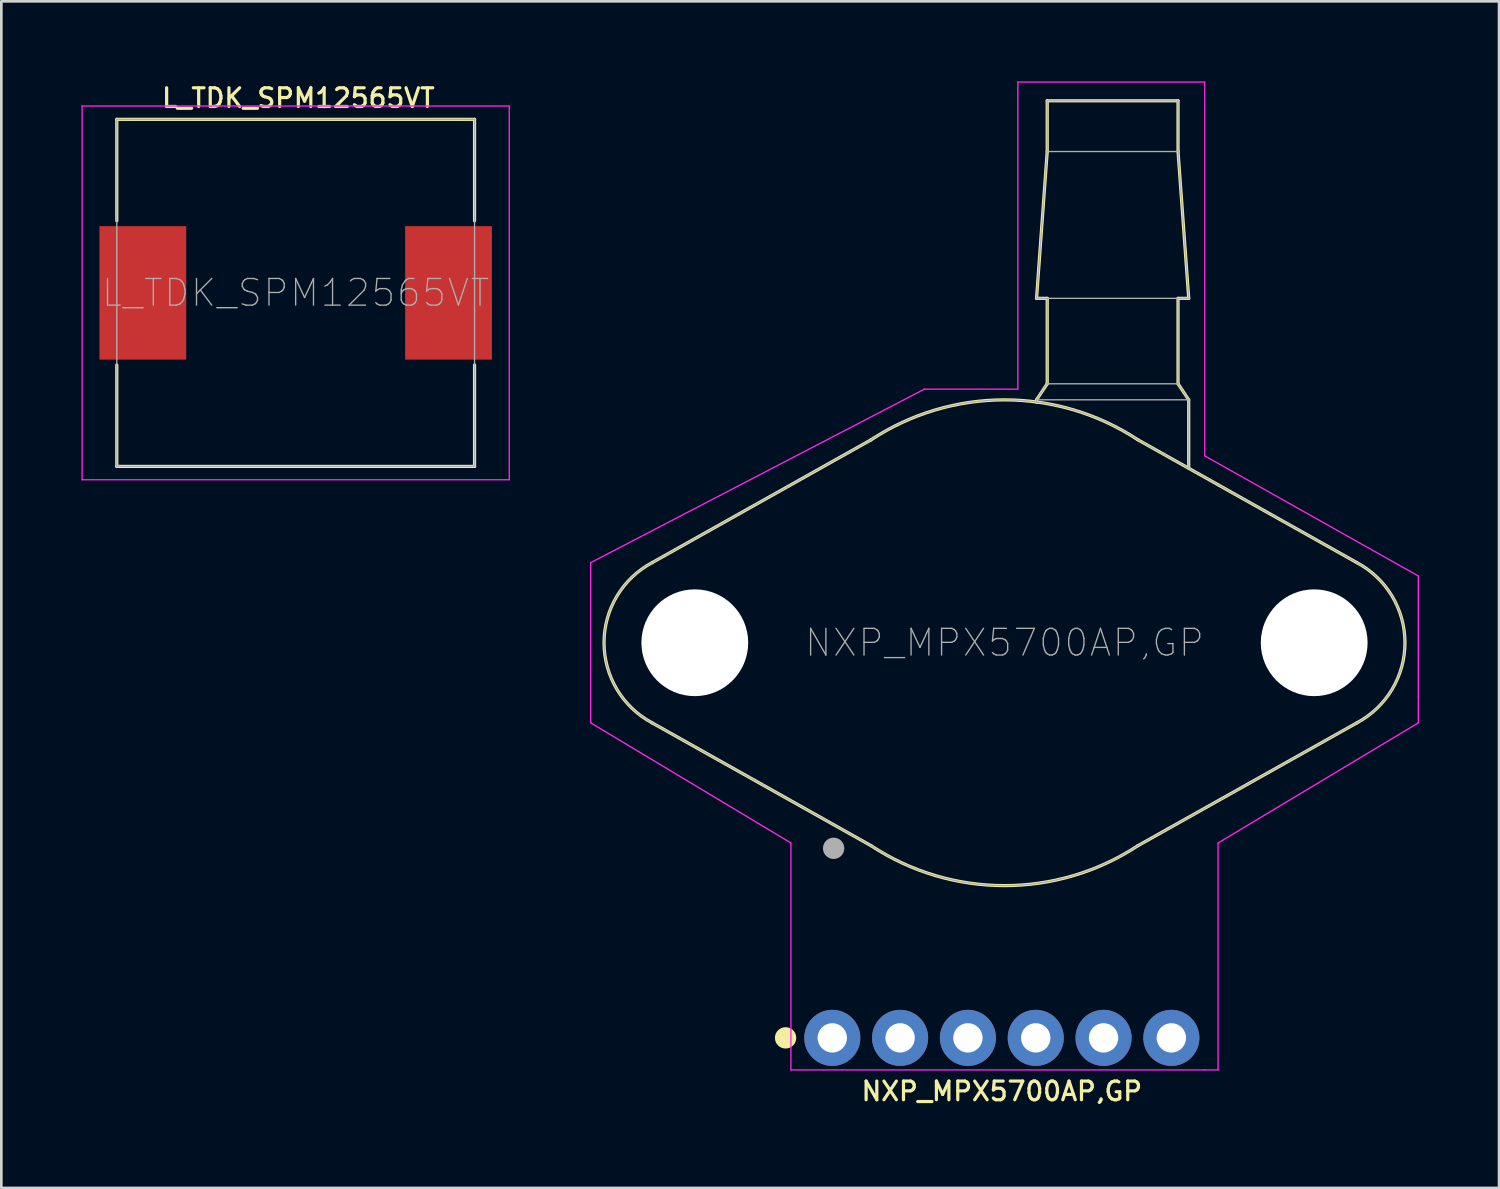
<source format=kicad_pcb>
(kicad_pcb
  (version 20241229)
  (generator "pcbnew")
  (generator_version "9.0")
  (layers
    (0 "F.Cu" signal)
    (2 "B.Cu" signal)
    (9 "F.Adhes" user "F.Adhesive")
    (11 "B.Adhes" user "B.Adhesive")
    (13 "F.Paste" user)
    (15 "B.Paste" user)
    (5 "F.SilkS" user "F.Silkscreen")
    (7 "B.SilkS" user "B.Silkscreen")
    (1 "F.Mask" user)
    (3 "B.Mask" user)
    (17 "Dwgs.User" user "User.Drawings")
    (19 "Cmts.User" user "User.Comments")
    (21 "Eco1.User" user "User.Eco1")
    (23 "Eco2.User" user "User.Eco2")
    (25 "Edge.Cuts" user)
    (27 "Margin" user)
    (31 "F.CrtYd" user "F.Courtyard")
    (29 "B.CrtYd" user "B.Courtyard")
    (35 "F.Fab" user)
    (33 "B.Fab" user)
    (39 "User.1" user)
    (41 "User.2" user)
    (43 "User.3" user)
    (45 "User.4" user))
  (footprint "NXP_MPX5700AP,GP"
    (layer "F.Cu")
    (at 34.575 21.025)
    (property "Reference" "NXP_MPX5700AP,GP" (at -0.1 16.8 0) (layer "F.SilkS") (effects (font (size 0.7 0.7) (thickness 0.12))))
    (attr through_hole)
    (fp_line (start -13.2 -3) (end -5 -7.6) (stroke (width 0.12) (type solid)) (layer "F.SilkS"))
    (fp_line (start -13.2 3) (end -5 7.6) (stroke (width 0.12) (type solid)) (layer "F.SilkS"))
    (fp_line (start 1.2 -12.9) (end 1.6 -18.4) (stroke (width 0.12) (type solid)) (layer "F.SilkS"))
    (fp_line (start 1.2 -9.1) (end 1.2 -9.01) (stroke (width 0.12) (type solid)) (layer "F.SilkS"))
    (fp_line (start 1.2 -9.1) (end 1.6 -9.7) (stroke (width 0.12) (type solid)) (layer "F.SilkS"))
    (fp_line (start 1.6 -20.3) (end 6.5 -20.3) (stroke (width 0.12) (type solid)) (layer "F.SilkS"))
    (fp_line (start 1.6 -18.4) (end 1.6 -20.3) (stroke (width 0.12) (type solid)) (layer "F.SilkS"))
    (fp_line (start 1.6 -12.9) (end 1.2 -12.9) (stroke (width 0.12) (type solid)) (layer "F.SilkS"))
    (fp_line (start 1.6 -9.7) (end 1.6 -12.9) (stroke (width 0.12) (type solid)) (layer "F.SilkS"))
    (fp_line (start 6.5 -20.3) (end 6.5 -18.4) (stroke (width 0.12) (type solid)) (layer "F.SilkS"))
    (fp_line (start 6.5 -18.4) (end 6.9 -12.9) (stroke (width 0.12) (type solid)) (layer "F.SilkS"))
    (fp_line (start 6.5 -12.9) (end 6.5 -9.7) (stroke (width 0.12) (type solid)) (layer "F.SilkS"))
    (fp_line (start 6.5 -9.7) (end 6.9 -9.1) (stroke (width 0.12) (type solid)) (layer "F.SilkS"))
    (fp_line (start 6.9 -12.9) (end 6.5 -12.9) (stroke (width 0.12) (type solid)) (layer "F.SilkS"))
    (fp_line (start 6.9 -9.1) (end 6.9 -6.54) (stroke (width 0.12) (type solid)) (layer "F.SilkS"))
    (fp_line (start 13.2 -3) (end 5 -7.6) (stroke (width 0.12) (type solid)) (layer "F.SilkS"))
    (fp_line (start 13.2 3) (end 5 7.6) (stroke (width 0.12) (type solid)) (layer "F.SilkS"))
    (fp_arc (start -13.197644 3.001254) (mid -14.999999 0.001335) (end -13.2 -2.999999) (stroke (width 0.12) (type solid)) (layer "F.SilkS"))
    (fp_arc (start -5.002464 -7.598376) (mid -0.001476 -9.09725) (end 4.999999 -7.599999) (stroke (width 0.12) (type solid)) (layer "F.SilkS"))
    (fp_arc (start 5.002464 7.598376) (mid 0.001476 9.09725) (end -4.999999 7.599999) (stroke (width 0.12) (type solid)) (layer "F.SilkS"))
    (fp_arc (start 13.197645 -3.001255) (mid 15 -0.001334) (end 13.2 3) (stroke (width 0.12) (type solid)) (layer "F.SilkS"))
    (fp_circle (center -8.2 14.8) (end -8 14.8) (stroke (width 0.4) (type solid)) (fill no) (layer "F.SilkS"))
    (fp_line (start -15.5 -3) (end -3 -9.5) (stroke (width 0.05) (type solid)) (layer "F.CrtYd"))
    (fp_line (start -15.5 3) (end -15.5 -3) (stroke (width 0.05) (type solid)) (layer "F.CrtYd"))
    (fp_line (start -8 7.5) (end -15.5 3) (stroke (width 0.05) (type solid)) (layer "F.CrtYd"))
    (fp_line (start -8 16) (end -8 7.5) (stroke (width 0.05) (type solid)) (layer "F.CrtYd"))
    (fp_line (start -8 16) (end 7.5 16) (stroke (width 0.05) (type solid)) (layer "F.CrtYd"))
    (fp_line (start -3 -9.5) (end 0.5 -9.5) (stroke (width 0.05) (type solid)) (layer "F.CrtYd"))
    (fp_line (start 0.5 -21) (end 7.5 -21) (stroke (width 0.05) (type solid)) (layer "F.CrtYd"))
    (fp_line (start 0.5 -9.5) (end 0.5 -21) (stroke (width 0.05) (type solid)) (layer "F.CrtYd"))
    (fp_line (start 7.5 -21) (end 7.5 -7) (stroke (width 0.05) (type solid)) (layer "F.CrtYd"))
    (fp_line (start 7.5 -7) (end 15.5 -2.5) (stroke (width 0.05) (type solid)) (layer "F.CrtYd"))
    (fp_line (start 7.5 16) (end 8 16) (stroke (width 0.05) (type solid)) (layer "F.CrtYd"))
    (fp_line (start 8 7.5) (end 15.5 3) (stroke (width 0.05) (type solid)) (layer "F.CrtYd"))
    (fp_line (start 8 16) (end 8 7.5) (stroke (width 0.05) (type solid)) (layer "F.CrtYd"))
    (fp_line (start 15.5 -2.5) (end 15.5 2) (stroke (width 0.05) (type solid)) (layer "F.CrtYd"))
    (fp_line (start 15.5 2) (end 15.5 3) (stroke (width 0.05) (type solid)) (layer "F.CrtYd"))
    (fp_line (start -13.2 -3) (end -5 -7.6) (stroke (width 0.05) (type solid)) (layer "F.Fab"))
    (fp_line (start -13.2 3) (end -5 7.6) (stroke (width 0.05) (type solid)) (layer "F.Fab"))
    (fp_line (start 1.2 -12.9) (end 6.9 -12.9) (stroke (width 0.05) (type solid)) (layer "F.Fab"))
    (fp_line (start 1.2 -9.1) (end 1.6 -9.7) (stroke (width 0.05) (type solid)) (layer "F.Fab"))
    (fp_line (start 1.2 -9.1) (end 6.9 -9.1) (stroke (width 0.05) (type solid)) (layer "F.Fab"))
    (fp_line (start 1.2 -9.01) (end 1.2 -9.1) (stroke (width 0.05) (type solid)) (layer "F.Fab"))
    (fp_line (start 1.6 -20.3) (end 6.5 -20.3) (stroke (width 0.05) (type solid)) (layer "F.Fab"))
    (fp_line (start 1.6 -18.4) (end 1.2 -12.9) (stroke (width 0.05) (type solid)) (layer "F.Fab"))
    (fp_line (start 1.6 -18.4) (end 1.6 -20.3) (stroke (width 0.05) (type solid)) (layer "F.Fab"))
    (fp_line (start 1.6 -9.7) (end 1.6 -12.9) (stroke (width 0.05) (type solid)) (layer "F.Fab"))
    (fp_line (start 1.6 -9.7) (end 6.5 -9.7) (stroke (width 0.05) (type solid)) (layer "F.Fab"))
    (fp_line (start 6.5 -20.3) (end 6.5 -18.4) (stroke (width 0.05) (type solid)) (layer "F.Fab"))
    (fp_line (start 6.5 -18.4) (end 1.6 -18.4) (stroke (width 0.05) (type solid)) (layer "F.Fab"))
    (fp_line (start 6.5 -12.9) (end 6.5 -9.7) (stroke (width 0.05) (type solid)) (layer "F.Fab"))
    (fp_line (start 6.9 -12.9) (end 6.5 -18.4) (stroke (width 0.05) (type solid)) (layer "F.Fab"))
    (fp_line (start 6.9 -9.1) (end 6.5 -9.7) (stroke (width 0.05) (type solid)) (layer "F.Fab"))
    (fp_line (start 6.9 -9.1) (end 6.9 -6.54) (stroke (width 0.05) (type solid)) (layer "F.Fab"))
    (fp_line (start 13.2 -3) (end 5 -7.6) (stroke (width 0.05) (type solid)) (layer "F.Fab"))
    (fp_line (start 13.2 3) (end 5 7.6) (stroke (width 0.05) (type solid)) (layer "F.Fab"))
    (fp_arc (start -13.199999 2.999999) (mid -14.999999 0) (end -13.2 -2.999999) (stroke (width 0.05) (type solid)) (layer "F.Fab"))
    (fp_arc (start -4.999999 -7.599999) (mid 0 -9.097251) (end 4.999999 -7.599999) (stroke (width 0.05) (type solid)) (layer "F.Fab"))
    (fp_arc (start 4.999999 7.599999) (mid 0 9.097251) (end -4.999999 7.599999) (stroke (width 0.05) (type solid)) (layer "F.Fab"))
    (fp_arc (start 13.2 -3) (mid 15 0) (end 13.2 3) (stroke (width 0.05) (type solid)) (layer "F.Fab"))
    (fp_circle (center -6.4 7.7) (end -6.2 7.7) (stroke (width 0.4) (type solid)) (fill no) (layer "F.Fab"))
    (fp_text user "${REFERENCE}" (at 0 0 0) (layer "F.Fab") (effects (font (size 1 1) (thickness 0.05))))
    (pad "" np_thru_hole circle (at -11.6 0) (size 4 4) (drill 4) (layers "*.Cu" "*.Mask"))
    (pad "" np_thru_hole circle (at 11.6 0) (size 4 4) (drill 4) (layers "*.Cu" "*.Mask"))
    (pad "1" thru_hole circle (at -6.45 14.8) (size 2.1 2.1) (drill 1.1) (layers "*.Cu" "*.Mask"))
    (pad "2" thru_hole circle (at -3.91 14.8) (size 2.1 2.1) (drill 1.1) (layers "*.Cu" "*.Mask"))
    (pad "3" thru_hole circle (at -1.37 14.8) (size 2.1 2.1) (drill 1.1) (layers "*.Cu" "*.Mask"))
    (pad "4" thru_hole circle (at 1.17 14.8) (size 2.1 2.1) (drill 1.1) (layers "*.Cu" "*.Mask"))
    (pad "5" thru_hole circle (at 3.71 14.8) (size 2.1 2.1) (drill 1.1) (layers "*.Cu" "*.Mask"))
    (pad "6" thru_hole circle (at 6.25 14.8) (size 2.1 2.1) (drill 1.1) (layers "*.Cu" "*.Mask")))
  (footprint "L_TDK_SPM12565VT"
    (layer "F.Cu")
    (at 8.025 7.92)
    (property "Reference" "L_TDK_SPM12565VT" (at 0.1 -7.3 0) (layer "F.SilkS") (effects (font (size 0.7 0.7) (thickness 0.12))))
    (attr smd)
    (fp_line (start -6.7 -6.5) (end 6.7 -6.5) (stroke (width 0.12) (type solid)) (layer "F.SilkS"))
    (fp_line (start -6.7 -2.7) (end -6.7 -6.5) (stroke (width 0.12) (type solid)) (layer "F.SilkS"))
    (fp_line (start -6.7 6.5) (end -6.7 2.7) (stroke (width 0.12) (type solid)) (layer "F.SilkS"))
    (fp_line (start 6.7 -6.5) (end 6.7 -2.7) (stroke (width 0.12) (type solid)) (layer "F.SilkS"))
    (fp_line (start 6.7 2.7) (end 6.7 6.5) (stroke (width 0.12) (type solid)) (layer "F.SilkS"))
    (fp_line (start 6.7 6.5) (end -6.7 6.5) (stroke (width 0.12) (type solid)) (layer "F.SilkS"))
    (fp_line (start -8 -7) (end 8 -7) (stroke (width 0.05) (type solid)) (layer "F.CrtYd"))
    (fp_line (start -8 7) (end -8 -7) (stroke (width 0.05) (type solid)) (layer "F.CrtYd"))
    (fp_line (start 8 -7) (end 8 7) (stroke (width 0.05) (type solid)) (layer "F.CrtYd"))
    (fp_line (start 8 7) (end -8 7) (stroke (width 0.05) (type solid)) (layer "F.CrtYd"))
    (fp_line (start -6.7 -6.5) (end -6.7 6.5) (stroke (width 0.05) (type solid)) (layer "F.Fab"))
    (fp_line (start -6.7 6.5) (end 6.7 6.5) (stroke (width 0.05) (type solid)) (layer "F.Fab"))
    (fp_line (start 6.7 -6.5) (end -6.7 -6.5) (stroke (width 0.05) (type solid)) (layer "F.Fab"))
    (fp_line (start 6.7 6.5) (end 6.7 -6.5) (stroke (width 0.05) (type solid)) (layer "F.Fab"))
    (fp_text user "${REFERENCE}" (at 0 0 0) (layer "F.Fab") (effects (font (size 1 1) (thickness 0.05))))
    (pad "1" smd rect (at -5.725 0) (size 3.25 5) (layers "F.Cu" "F.Mask" "F.Paste"))
    (pad "2" smd rect (at 5.725 0) (size 3.25 5) (layers "F.Cu" "F.Mask" "F.Paste")))
  (gr_rect
    (start -3 -3)
    (end 53.1 41.445)
    (stroke (width 0.1) (type default))
    (fill no)
    (layer "Edge.Cuts")))
</source>
